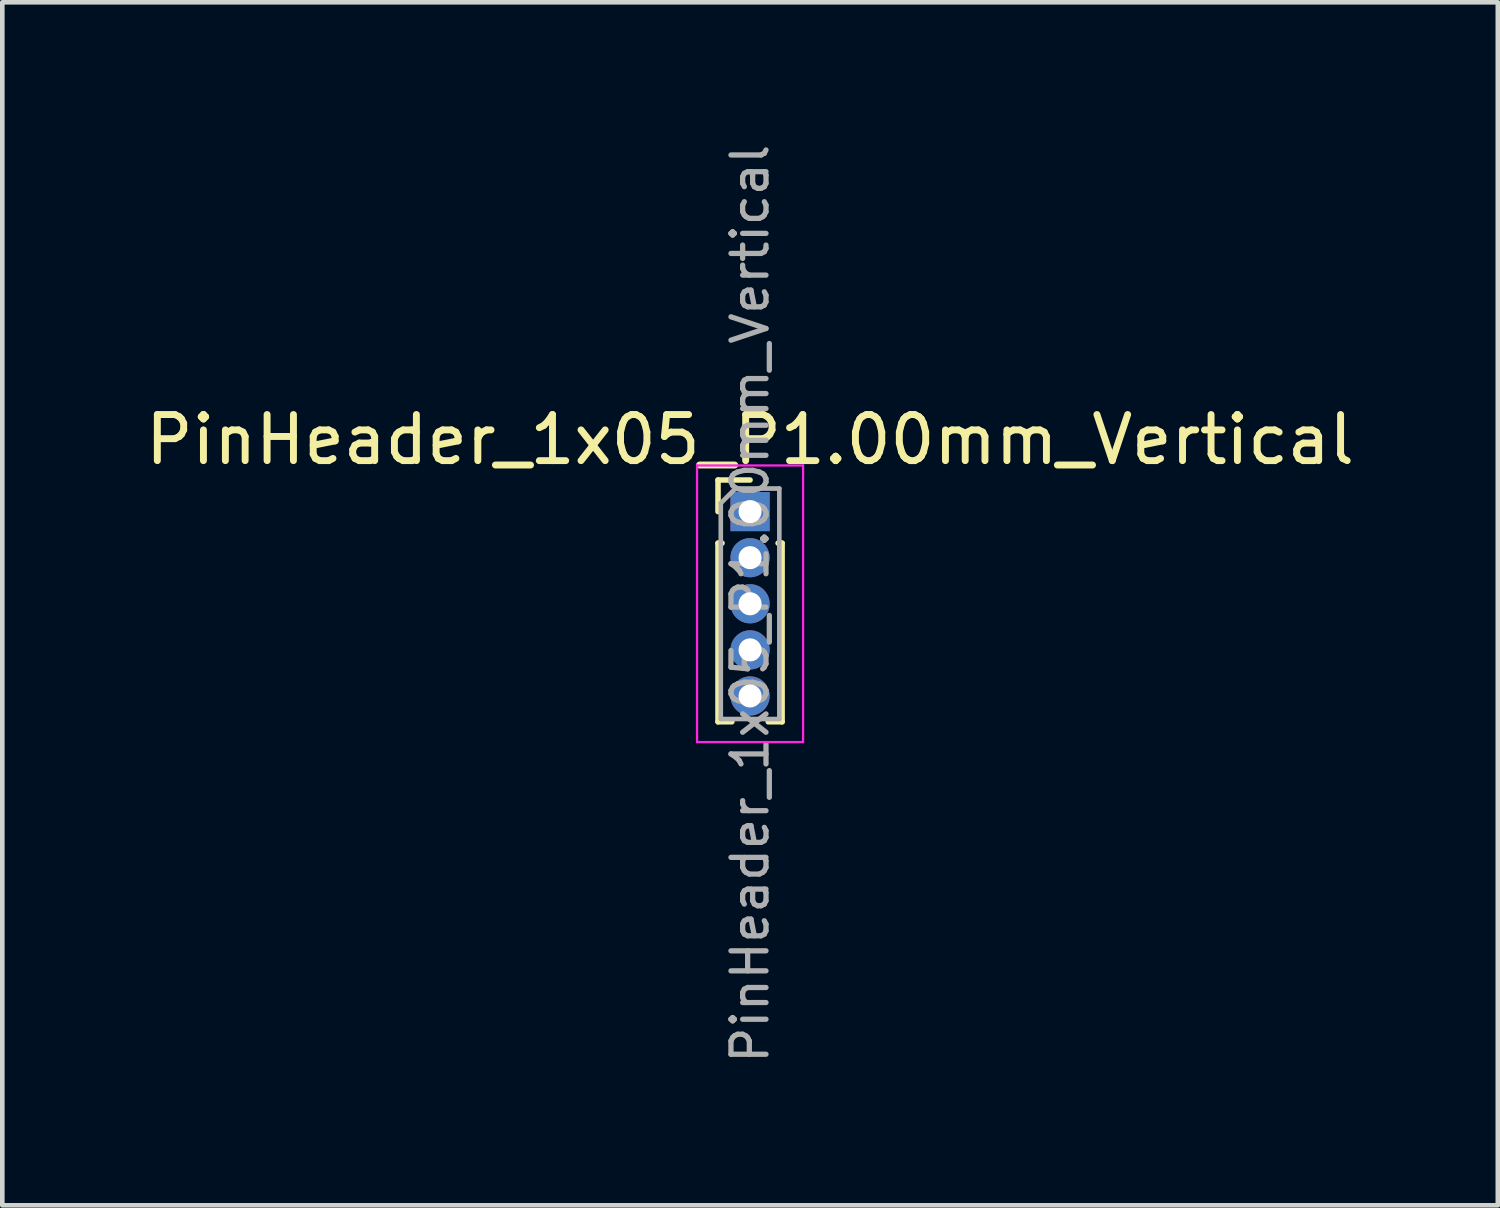
<source format=kicad_pcb>
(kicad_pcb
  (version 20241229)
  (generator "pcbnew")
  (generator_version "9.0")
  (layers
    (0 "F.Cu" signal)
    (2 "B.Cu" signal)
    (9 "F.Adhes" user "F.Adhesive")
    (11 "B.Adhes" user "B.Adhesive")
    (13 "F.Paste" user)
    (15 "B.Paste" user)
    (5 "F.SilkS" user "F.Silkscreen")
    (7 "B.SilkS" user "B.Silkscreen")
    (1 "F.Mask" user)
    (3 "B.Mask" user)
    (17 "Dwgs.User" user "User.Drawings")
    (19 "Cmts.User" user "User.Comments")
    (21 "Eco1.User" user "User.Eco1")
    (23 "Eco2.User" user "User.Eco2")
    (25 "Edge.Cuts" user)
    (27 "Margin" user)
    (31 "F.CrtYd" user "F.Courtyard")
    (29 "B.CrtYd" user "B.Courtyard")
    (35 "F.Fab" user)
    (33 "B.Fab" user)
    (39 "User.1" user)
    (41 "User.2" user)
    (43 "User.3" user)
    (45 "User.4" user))
  (footprint "PinHeader_1x05_P1.00mm_Vertical"
    (layer "F.Cu")
    (at 13.22 8.047)
    (property "Reference" "PinHeader_1x05_P1.00mm_Vertical" (at 0 -1.56 0) (layer "F.SilkS") (effects (font (size 1 1) (thickness 0.15))))
    (attr through_hole)
    (fp_line (start -0.695 -0.685) (end 0 -0.685) (stroke (width 0.12) (type solid)) (layer "F.SilkS"))
    (fp_line (start -0.695 0) (end -0.695 -0.685) (stroke (width 0.12) (type solid)) (layer "F.SilkS"))
    (fp_line (start -0.695 0.685) (end -0.695 4.56) (stroke (width 0.12) (type solid)) (layer "F.SilkS"))
    (fp_line (start -0.695 0.685) (end -0.608 0.685) (stroke (width 0.12) (type solid)) (layer "F.SilkS"))
    (fp_line (start -0.695 4.56) (end -0.394 4.56) (stroke (width 0.12) (type solid)) (layer "F.SilkS"))
    (fp_line (start 0.394 4.56) (end 0.695 4.56) (stroke (width 0.12) (type solid)) (layer "F.SilkS"))
    (fp_line (start 0.608 0.685) (end 0.695 0.685) (stroke (width 0.12) (type solid)) (layer "F.SilkS"))
    (fp_line (start 0.695 0.685) (end 0.695 4.56) (stroke (width 0.12) (type solid)) (layer "F.SilkS"))
    (fp_line (start -1.15 -1) (end -1.15 5) (stroke (width 0.05) (type solid)) (layer "F.CrtYd"))
    (fp_line (start -1.15 5) (end 1.15 5) (stroke (width 0.05) (type solid)) (layer "F.CrtYd"))
    (fp_line (start 1.15 -1) (end -1.15 -1) (stroke (width 0.05) (type solid)) (layer "F.CrtYd"))
    (fp_line (start 1.15 5) (end 1.15 -1) (stroke (width 0.05) (type solid)) (layer "F.CrtYd"))
    (fp_line (start -0.635 -0.182) (end -0.318 -0.5) (stroke (width 0.1) (type solid)) (layer "F.Fab"))
    (fp_line (start -0.635 4.5) (end -0.635 -0.182) (stroke (width 0.1) (type solid)) (layer "F.Fab"))
    (fp_line (start -0.318 -0.5) (end 0.635 -0.5) (stroke (width 0.1) (type solid)) (layer "F.Fab"))
    (fp_line (start 0.635 -0.5) (end 0.635 4.5) (stroke (width 0.1) (type solid)) (layer "F.Fab"))
    (fp_line (start 0.635 4.5) (end -0.635 4.5) (stroke (width 0.1) (type solid)) (layer "F.Fab"))
    (fp_text user "${REFERENCE}" (at 0 2 90) (layer "F.Fab") (effects (font (size 0.76 0.76) (thickness 0.114))))
    (pad "1" thru_hole rect (at 0 0) (size 0.85 0.85) (drill 0.5) (layers "*.Cu" "*.Mask"))
    (pad "2" thru_hole oval (at 0 1) (size 0.85 0.85) (drill 0.5) (layers "*.Cu" "*.Mask"))
    (pad "3" thru_hole oval (at 0 2) (size 0.85 0.85) (drill 0.5) (layers "*.Cu" "*.Mask"))
    (pad "4" thru_hole oval (at 0 3) (size 0.85 0.85) (drill 0.5) (layers "*.Cu" "*.Mask"))
    (pad "5" thru_hole oval (at 0 4) (size 0.85 0.85) (drill 0.5) (layers "*.Cu" "*.Mask")))
  (gr_rect
    (start -3 -3)
    (end 29.44 23.095)
    (stroke (width 0.1) (type default))
    (fill no)
    (layer "Edge.Cuts")))
</source>
